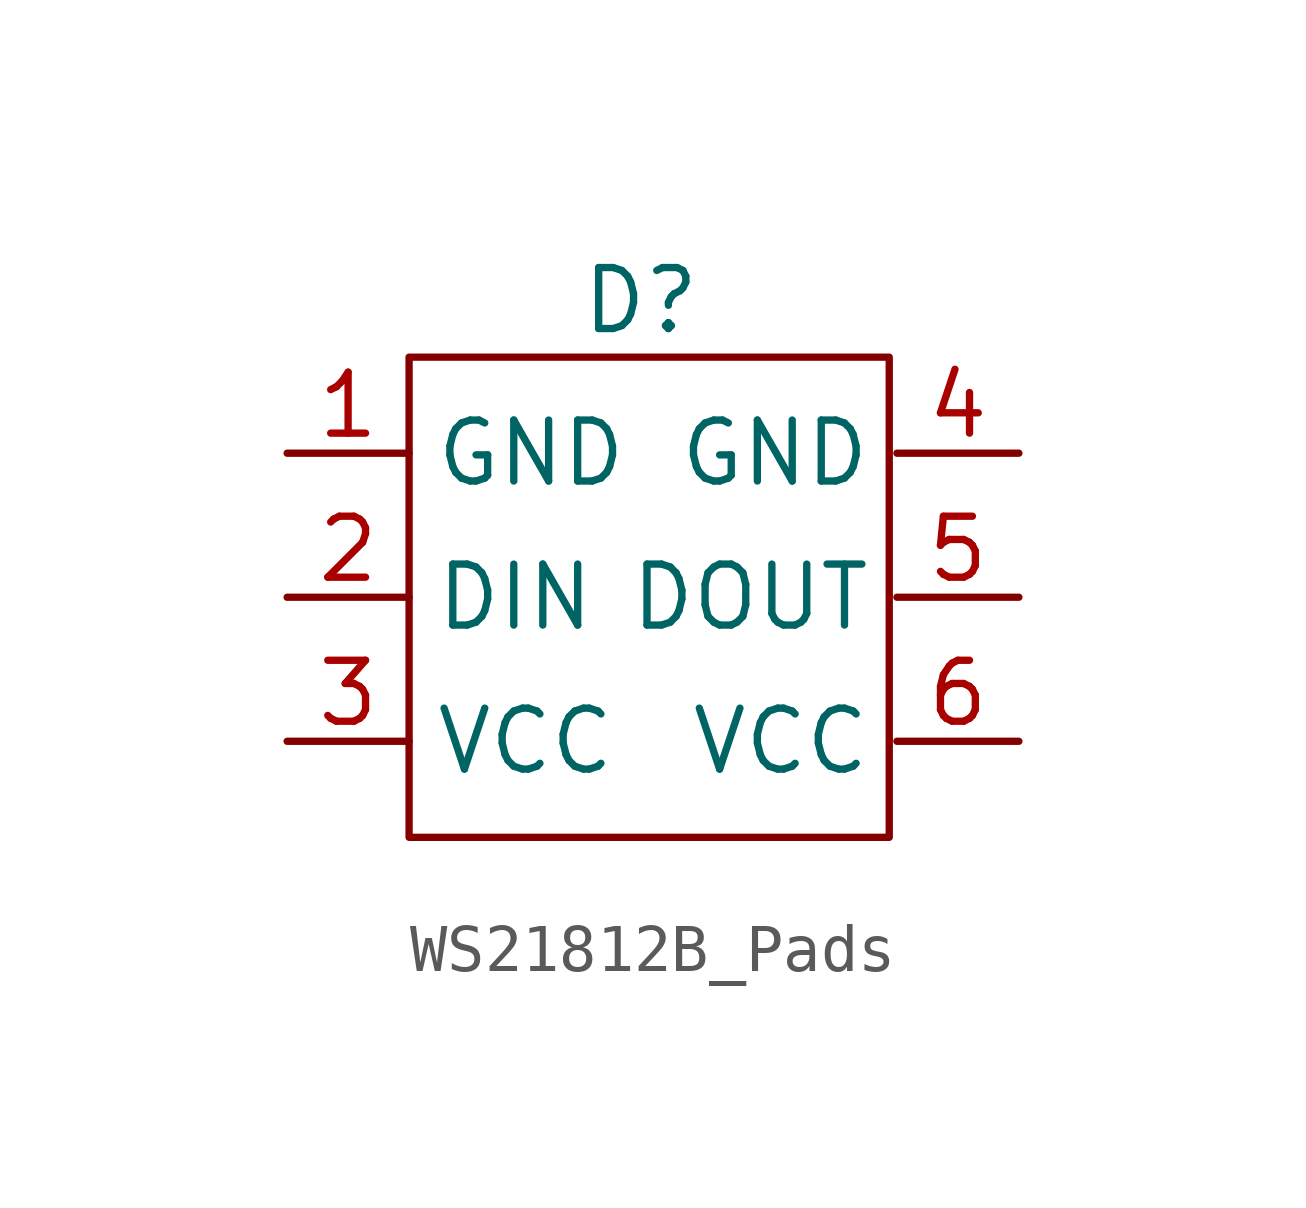
<source format=kicad_sym>
(kicad_symbol_lib
  (version 20231120)
  (generator "kicad_symbol_editor")
  (generator_version "8.0")
  (symbol "WS21812B_Pads"
    (property "Reference" "D"
      (at 4.826 11.176 0)
      (effects (font (size 1.27 1.27))))
    (property "Value" ""
      (at 0 0 0)
      (effects (font (size 1.27 1.27))))
    (symbol "WS21812B_Pads_0_1"
      (rectangle (start 0 10) (end 10 0) (stroke (width 0) (type default)) (fill (type none))))
    (symbol "WS21812B_Pads_1_1"
      (pin power_in line (at -2.54 8 0) (length 2.54) (name "GND" (effects (font (size 1.27 1.27)))) (number "1" (effects (font (size 1.27 1.27)))))
      (pin input line (at -2.54 5 0) (length 2.54) (name "DIN" (effects (font (size 1.27 1.27)))) (number "2" (effects (font (size 1.27 1.27)))))
      (pin power_in line (at -2.54 2 0) (length 2.54) (name "VCC" (effects (font (size 1.27 1.27)))) (number "3" (effects (font (size 1.27 1.27)))))
      (pin power_out line (at 12.7 8 180) (length 2.54) (name "GND" (effects (font (size 1.27 1.27)))) (number "4" (effects (font (size 1.27 1.27)))))
      (pin output line (at 12.7 5 180) (length 2.54) (name "DOUT" (effects (font (size 1.27 1.27)))) (number "5" (effects (font (size 1.27 1.27)))))
      (pin power_out line (at 12.7 2 180) (length 2.54) (name "VCC" (effects (font (size 1.27 1.27)))) (number "6" (effects (font (size 1.27 1.27))))))))
</source>
